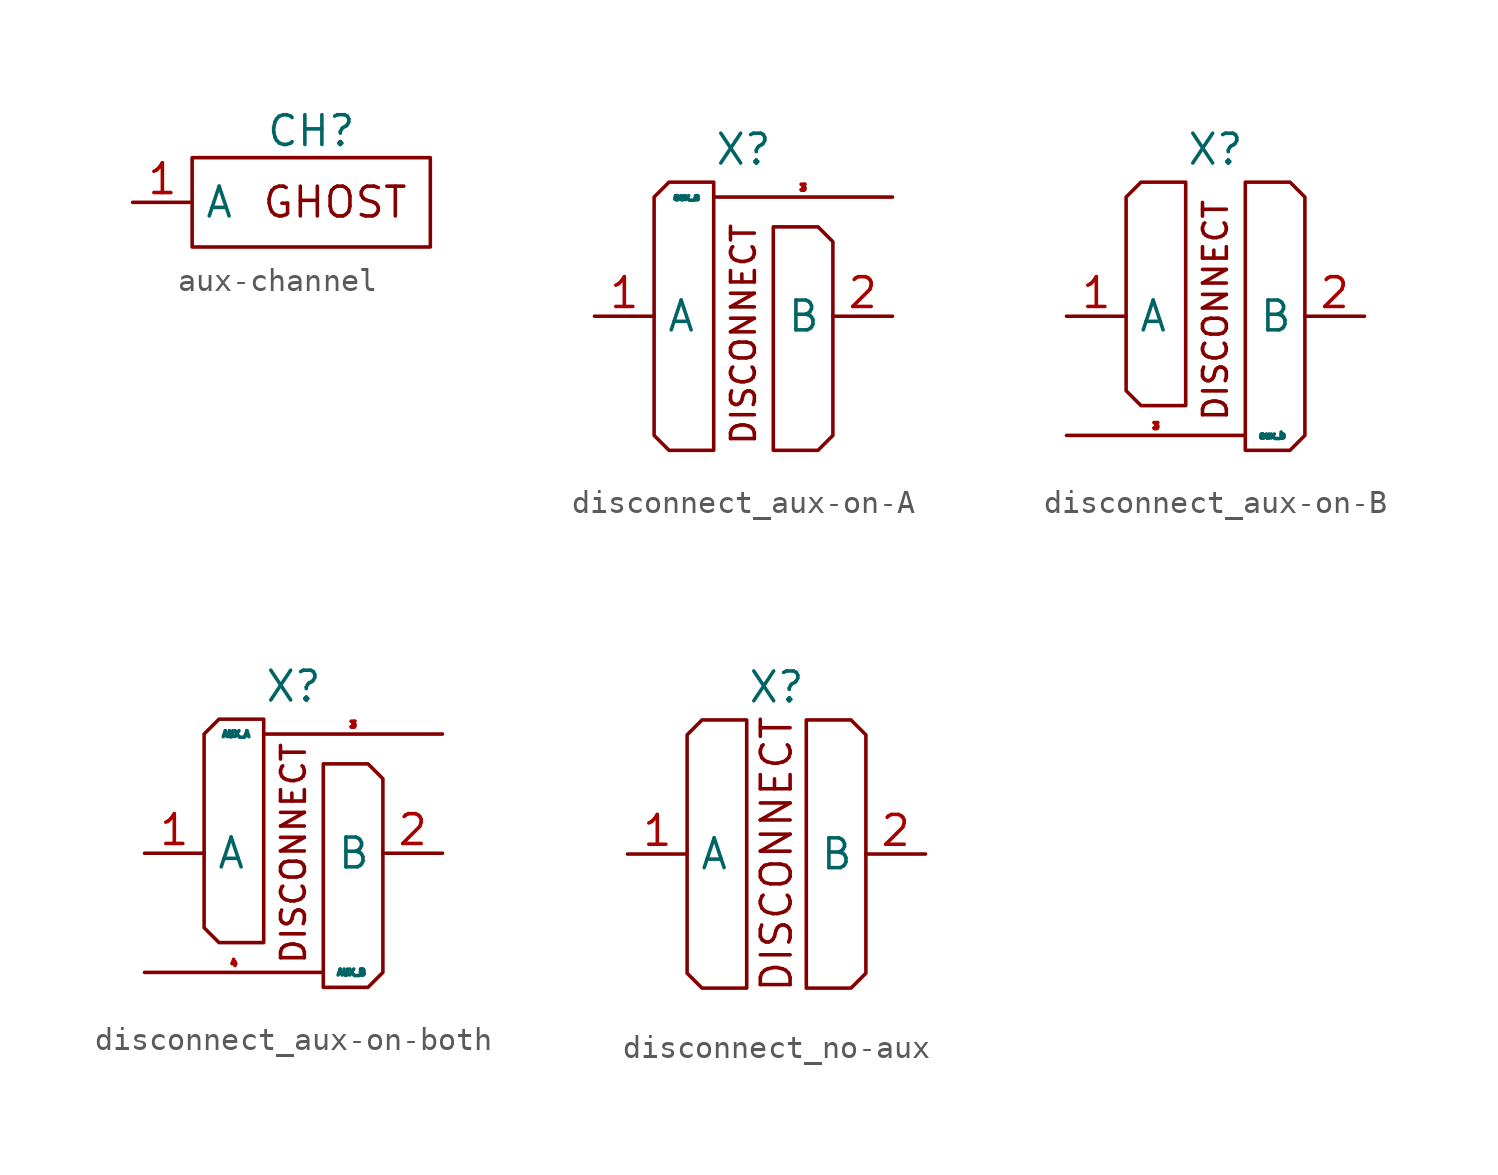
<source format=kicad_sym>
(kicad_symbol_lib
  (version 20241209)
  (generator "kicad_symbol_editor")
  (generator_version "9.0")
  (symbol "aux-channel"
    (property "Reference" "CH"
      (at 0 3.048 0)
      (do_not_autoplace)
      (effects (font (size 1.27 1.27))))
    (symbol "aux-channel_0_1"
      (rectangle (start -5.08 1.905) (end 5.08 -1.905) (stroke (width 0) (type default)) (fill (type none))))
    (symbol "aux-channel_1_1"
      (text "GHOST" (at 1.016 0 0) (effects (font (size 1.27 1.27))))
      (pin unspecified line (at -7.62 0 0) (length 2.54) (name "A" (effects (font (size 1.27 1.27)))) (number "1" (effects (font (size 1.27 1.27)))))))
  (symbol "disconnect_aux-on-A"
    (property "Reference" "X"
      (at 0 7.112 0)
      (do_not_autoplace)
      (effects (font (size 1.27 1.27))))
    (property "Value" ""
      (at 2.54 -4.064 0)
      (do_not_autoplace)
      (effects (font (size 1.27 1.27))))
    (symbol "disconnect_aux-on-A_0_1"
      (polyline (pts (xy -1.27 5.715) (xy -3.175 5.715) (xy -3.81 5.08) (xy -3.81 -5.08) (xy -3.175 -5.715) (xy -1.27 -5.715) (xy -1.27 5.715)) (stroke (width 0) (type default)) (fill (type none)))
      (polyline (pts (xy 1.27 3.81) (xy 1.27 -5.715) (xy 3.175 -5.715) (xy 3.81 -5.08) (xy 3.81 3.175) (xy 3.175 3.81) (xy 1.27 3.81)) (stroke (width 0) (type default)) (fill (type none))))
    (symbol "disconnect_aux-on-A_1_1"
      (text "DISCONNECT" (at 0 -0.762 900) (effects (font (size 1.016 1.016))))
      (pin unspecified line (at -6.35 0 0) (length 2.54) (name "A" (effects (font (size 1.27 1.27)))) (number "1" (effects (font (size 1.27 1.27)))))
      (pin unspecified line (at 6.35 5.08 180) (length 7.62) (name "aux_a" (effects (font (size 0.254 0.254)))) (number "3" (effects (font (size 0.254 0.254)))))
      (pin unspecified line (at 6.35 0 180) (length 2.54) (name "B" (effects (font (size 1.27 1.27)))) (number "2" (effects (font (size 1.27 1.27)))))))
  (symbol "disconnect_aux-on-B"
    (property "Reference" "X"
      (at 0 7.112 0)
      (do_not_autoplace)
      (effects (font (size 1.27 1.27))))
    (property "Value" ""
      (at 2.54 -4.064 0)
      (do_not_autoplace)
      (effects (font (size 1.27 1.27))))
    (symbol "disconnect_aux-on-B_0_1"
      (polyline (pts (xy -1.27 -3.81) (xy -1.27 5.715) (xy -3.175 5.715) (xy -3.81 5.08) (xy -3.81 -3.175) (xy -3.175 -3.81) (xy -1.27 -3.81)) (stroke (width 0) (type default)) (fill (type none)))
      (polyline (pts (xy 1.27 -5.715) (xy 3.175 -5.715) (xy 3.81 -5.08) (xy 3.81 5.08) (xy 3.175 5.715) (xy 1.27 5.715) (xy 1.27 -5.715)) (stroke (width 0) (type default)) (fill (type none))))
    (symbol "disconnect_aux-on-B_1_1"
      (text "DISCONNECT" (at 0 0.254 900) (effects (font (size 1.016 1.016))))
      (pin unspecified line (at -6.35 0 0) (length 2.54) (name "A" (effects (font (size 1.27 1.27)))) (number "1" (effects (font (size 1.27 1.27)))))
      (pin unspecified line (at -6.35 -5.08 0) (length 7.62) (name "aux_b" (effects (font (size 0.254 0.254)))) (number "3" (effects (font (size 0.254 0.254)))))
      (pin unspecified line (at 6.35 0 180) (length 2.54) (name "B" (effects (font (size 1.27 1.27)))) (number "2" (effects (font (size 1.27 1.27)))))))
  (symbol "disconnect_aux-on-both"
    (property "Reference" "X"
      (at 0 7.112 0)
      (do_not_autoplace)
      (effects (font (size 1.27 1.27))))
    (property "Value" ""
      (at 2.54 -4.064 0)
      (do_not_autoplace)
      (effects (font (size 1.27 1.27))))
    (symbol "disconnect_aux-on-both_0_1"
      (polyline (pts (xy -1.27 -3.81) (xy -1.27 5.715) (xy -3.175 5.715) (xy -3.81 5.08) (xy -3.81 -3.175) (xy -3.175 -3.81) (xy -1.27 -3.81)) (stroke (width 0) (type default)) (fill (type none)))
      (polyline (pts (xy 1.27 3.81) (xy 1.27 -5.715) (xy 3.175 -5.715) (xy 3.81 -5.08) (xy 3.81 3.175) (xy 3.175 3.81) (xy 1.27 3.81)) (stroke (width 0) (type default)) (fill (type none))))
    (symbol "disconnect_aux-on-both_1_1"
      (text "DISCONNECT" (at 0 0 900) (effects (font (size 1.016 1.016))))
      (pin unspecified line (at -6.35 0 0) (length 2.54) (name "A" (effects (font (size 1.27 1.27)))) (number "1" (effects (font (size 1.27 1.27)))))
      (pin unspecified line (at -6.35 -5.08 0) (length 7.62) (name "AUX_B" (effects (font (size 0.254 0.254)))) (number "4" (effects (font (size 0.254 0.254)))))
      (pin unspecified line (at 6.35 5.08 180) (length 7.62) (name "AUX_A" (effects (font (size 0.254 0.254)))) (number "3" (effects (font (size 0.254 0.254)))))
      (pin unspecified line (at 6.35 0 180) (length 2.54) (name "B" (effects (font (size 1.27 1.27)))) (number "2" (effects (font (size 1.27 1.27)))))))
  (symbol "disconnect_no-aux"
    (property "Reference" "X"
      (at 0 7.112 0)
      (do_not_autoplace)
      (effects (font (size 1.27 1.27))))
    (property "Value" ""
      (at 2.54 -4.064 0)
      (do_not_autoplace)
      (effects (font (size 1.27 1.27))))
    (symbol "disconnect_no-aux_0_1"
      (polyline (pts (xy -1.27 5.715) (xy -3.175 5.715) (xy -3.81 5.08) (xy -3.81 -5.08) (xy -3.175 -5.715) (xy -1.27 -5.715) (xy -1.27 5.715)) (stroke (width 0) (type default)) (fill (type none)))
      (polyline (pts (xy 1.27 5.715) (xy 1.27 -5.715) (xy 3.175 -5.715) (xy 3.81 -5.08) (xy 3.81 5.08) (xy 3.175 5.715) (xy 1.27 5.715)) (stroke (width 0) (type default)) (fill (type none))))
    (symbol "disconnect_no-aux_1_1"
      (text "DISCONNECT" (at 0 0 900) (effects (font (size 1.27 1.27))))
      (pin unspecified line (at -6.35 0 0) (length 2.54) (name "A" (effects (font (size 1.27 1.27)))) (number "1" (effects (font (size 1.27 1.27)))))
      (pin unspecified line (at 6.35 0 180) (length 2.54) (name "B" (effects (font (size 1.27 1.27)))) (number "2" (effects (font (size 1.27 1.27))))))))
</source>
